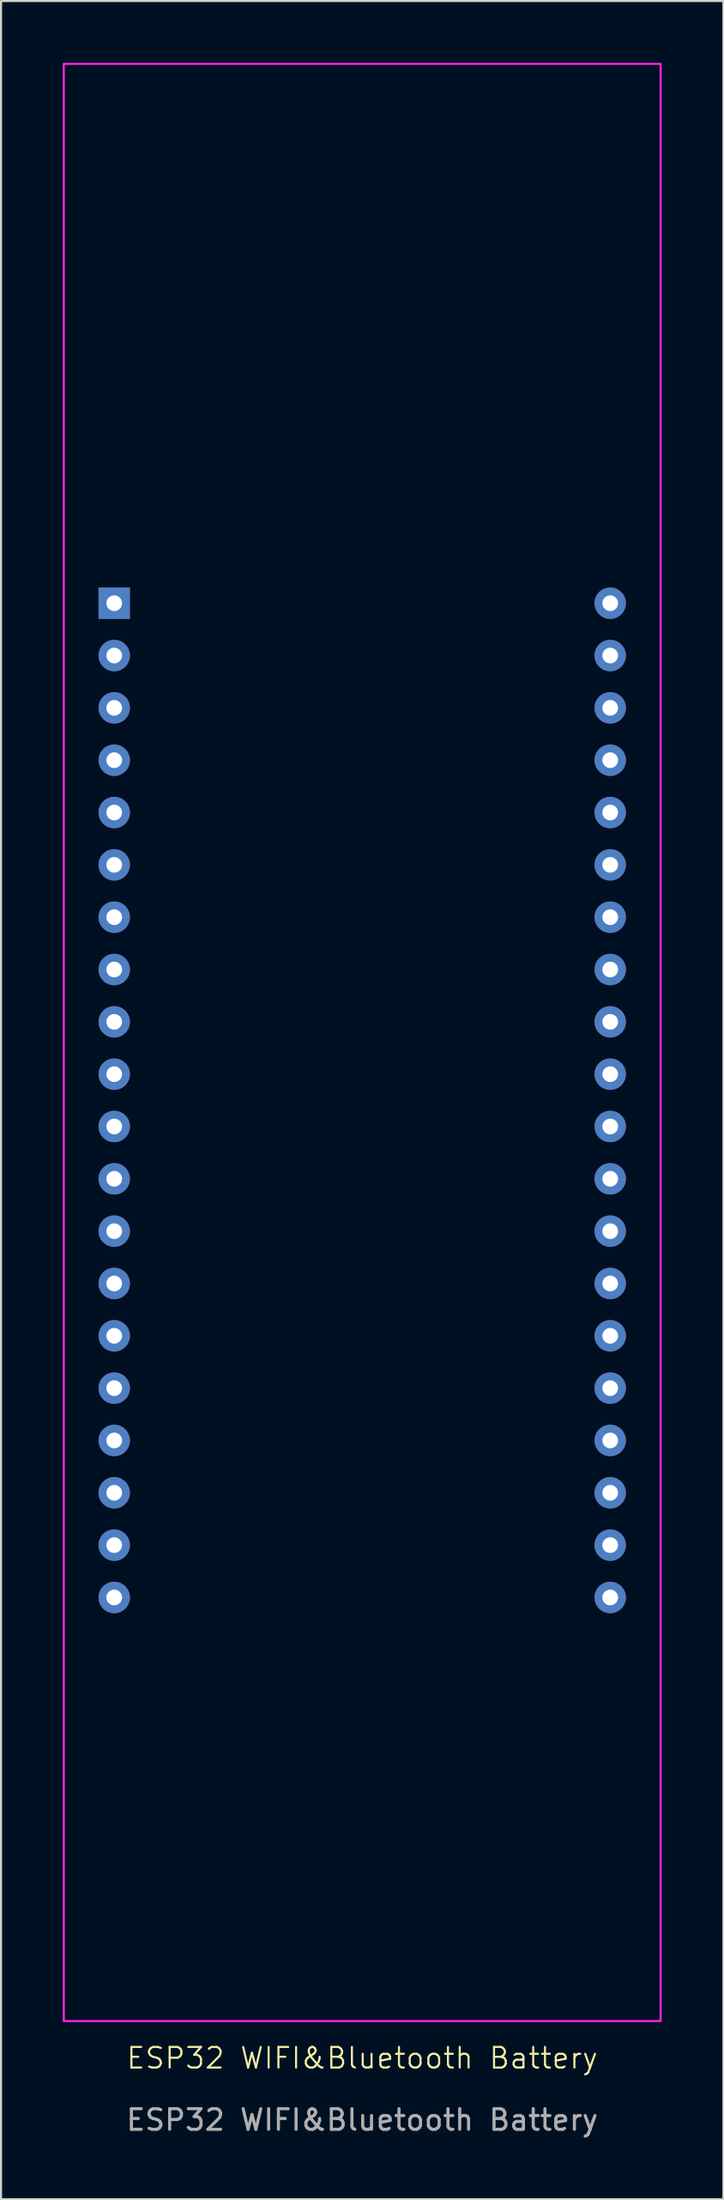
<source format=kicad_pcb>
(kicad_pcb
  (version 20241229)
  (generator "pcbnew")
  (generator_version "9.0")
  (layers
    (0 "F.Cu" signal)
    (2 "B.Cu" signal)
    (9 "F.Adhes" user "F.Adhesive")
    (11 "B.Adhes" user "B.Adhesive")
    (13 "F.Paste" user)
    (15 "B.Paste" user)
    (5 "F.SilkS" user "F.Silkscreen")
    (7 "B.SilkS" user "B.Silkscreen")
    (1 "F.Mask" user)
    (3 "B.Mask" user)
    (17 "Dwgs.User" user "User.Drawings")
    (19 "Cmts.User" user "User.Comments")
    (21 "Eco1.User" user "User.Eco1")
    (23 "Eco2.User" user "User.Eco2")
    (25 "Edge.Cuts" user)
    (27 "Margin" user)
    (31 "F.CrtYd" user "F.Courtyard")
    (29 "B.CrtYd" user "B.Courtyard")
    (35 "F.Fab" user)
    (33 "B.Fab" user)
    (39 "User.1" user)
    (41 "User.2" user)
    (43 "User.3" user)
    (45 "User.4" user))
  (footprint "ESP32 WIFI&Bluetooth Battery"
    (layer "F.Cu")
    (at 14.55 97.35)
    (property "Reference" "ESP32 WIFI&Bluetooth Battery" (at 0 -0.5 0) (unlocked yes) (layer "F.SilkS") (effects (font (size 1 1) (thickness 0.1))))
    (attr through_hole)
    (fp_rect (start -14.5 -97.3) (end 14.5 -2.3) (stroke (width 0.1) (type default)) (fill no) (layer "F.CrtYd"))
    (fp_text user "${REFERENCE}" (at 0 2.5 0) (unlocked yes) (layer "F.Fab") (effects (font (size 1 1) (thickness 0.15))))
    (pad "1" thru_hole rect (at -12.05 -71.12) (size 1.524 1.524) (drill 0.762) (layers "*.Cu" "*.Mask"))
    (pad "2" thru_hole circle (at -12.05 -68.58) (size 1.524 1.524) (drill 0.762) (layers "*.Cu" "*.Mask"))
    (pad "3" thru_hole circle (at -12.05 -66.04) (size 1.524 1.524) (drill 0.762) (layers "*.Cu" "*.Mask"))
    (pad "4" thru_hole circle (at -12.05 -63.5) (size 1.524 1.524) (drill 0.762) (layers "*.Cu" "*.Mask"))
    (pad "5" thru_hole circle (at -12.05 -60.96) (size 1.524 1.524) (drill 0.762) (layers "*.Cu" "*.Mask"))
    (pad "6" thru_hole circle (at -12.05 -58.42) (size 1.524 1.524) (drill 0.762) (layers "*.Cu" "*.Mask"))
    (pad "7" thru_hole circle (at -12.05 -55.88) (size 1.524 1.524) (drill 0.762) (layers "*.Cu" "*.Mask"))
    (pad "8" thru_hole circle (at -12.05 -53.34) (size 1.524 1.524) (drill 0.762) (layers "*.Cu" "*.Mask"))
    (pad "9" thru_hole circle (at -12.05 -50.8) (size 1.524 1.524) (drill 0.762) (layers "*.Cu" "*.Mask"))
    (pad "10" thru_hole circle (at -12.05 -48.26) (size 1.524 1.524) (drill 0.762) (layers "*.Cu" "*.Mask"))
    (pad "11" thru_hole circle (at -12.05 -45.72) (size 1.524 1.524) (drill 0.762) (layers "*.Cu" "*.Mask"))
    (pad "12" thru_hole circle (at -12.05 -43.18) (size 1.524 1.524) (drill 0.762) (layers "*.Cu" "*.Mask"))
    (pad "13" thru_hole circle (at -12.05 -40.64) (size 1.524 1.524) (drill 0.762) (layers "*.Cu" "*.Mask"))
    (pad "14" thru_hole circle (at -12.05 -38.1) (size 1.524 1.524) (drill 0.762) (layers "*.Cu" "*.Mask"))
    (pad "15" thru_hole circle (at -12.05 -35.56) (size 1.524 1.524) (drill 0.762) (layers "*.Cu" "*.Mask"))
    (pad "16" thru_hole circle (at -12.05 -33.02) (size 1.524 1.524) (drill 0.762) (layers "*.Cu" "*.Mask"))
    (pad "17" thru_hole circle (at -12.05 -30.48) (size 1.524 1.524) (drill 0.762) (layers "*.Cu" "*.Mask"))
    (pad "18" thru_hole circle (at -12.05 -27.94) (size 1.524 1.524) (drill 0.762) (layers "*.Cu" "*.Mask"))
    (pad "19" thru_hole circle (at -12.05 -25.4) (size 1.524 1.524) (drill 0.762) (layers "*.Cu" "*.Mask"))
    (pad "20" thru_hole circle (at -12.05 -22.86) (size 1.524 1.524) (drill 0.762) (layers "*.Cu" "*.Mask"))
    (pad "21" thru_hole circle (at 12.05 -22.86) (size 1.524 1.524) (drill 0.762) (layers "*.Cu" "*.Mask"))
    (pad "22" thru_hole circle (at 12.05 -25.4) (size 1.524 1.524) (drill 0.762) (layers "*.Cu" "*.Mask"))
    (pad "23" thru_hole circle (at 12.05 -27.94) (size 1.524 1.524) (drill 0.762) (layers "*.Cu" "*.Mask"))
    (pad "24" thru_hole circle (at 12.05 -30.48) (size 1.524 1.524) (drill 0.762) (layers "*.Cu" "*.Mask"))
    (pad "25" thru_hole circle (at 12.05 -33.02) (size 1.524 1.524) (drill 0.762) (layers "*.Cu" "*.Mask"))
    (pad "26" thru_hole circle (at 12.05 -35.56) (size 1.524 1.524) (drill 0.762) (layers "*.Cu" "*.Mask"))
    (pad "27" thru_hole circle (at 12.05 -38.1) (size 1.524 1.524) (drill 0.762) (layers "*.Cu" "*.Mask"))
    (pad "28" thru_hole circle (at 12.05 -40.64) (size 1.524 1.524) (drill 0.762) (layers "*.Cu" "*.Mask"))
    (pad "29" thru_hole circle (at 12.05 -43.18) (size 1.524 1.524) (drill 0.762) (layers "*.Cu" "*.Mask"))
    (pad "30" thru_hole circle (at 12.05 -45.72) (size 1.524 1.524) (drill 0.762) (layers "*.Cu" "*.Mask"))
    (pad "31" thru_hole circle (at 12.05 -48.26) (size 1.524 1.524) (drill 0.762) (layers "*.Cu" "*.Mask"))
    (pad "32" thru_hole circle (at 12.05 -50.8) (size 1.524 1.524) (drill 0.762) (layers "*.Cu" "*.Mask"))
    (pad "33" thru_hole circle (at 12.05 -53.34) (size 1.524 1.524) (drill 0.762) (layers "*.Cu" "*.Mask"))
    (pad "34" thru_hole circle (at 12.05 -55.88) (size 1.524 1.524) (drill 0.762) (layers "*.Cu" "*.Mask"))
    (pad "35" thru_hole circle (at 12.05 -58.42) (size 1.524 1.524) (drill 0.762) (layers "*.Cu" "*.Mask"))
    (pad "36" thru_hole circle (at 12.05 -60.96) (size 1.524 1.524) (drill 0.762) (layers "*.Cu" "*.Mask"))
    (pad "37" thru_hole circle (at 12.05 -63.5) (size 1.524 1.524) (drill 0.762) (layers "*.Cu" "*.Mask"))
    (pad "38" thru_hole circle (at 12.05 -66.04) (size 1.524 1.524) (drill 0.762) (layers "*.Cu" "*.Mask"))
    (pad "39" thru_hole circle (at 12.05 -68.58) (size 1.524 1.524) (drill 0.762) (layers "*.Cu" "*.Mask"))
    (pad "40" thru_hole circle (at 12.05 -71.12) (size 1.524 1.524) (drill 0.762) (layers "*.Cu" "*.Mask"))
    (zone (net_name "") (layer "F.Mask") (name "keep out") (hatch edge 0.5) (connect_pads) (min_thickness 0.25) (filled_areas_thickness no) (keepout (tracks not_allowed) (vias not_allowed) (pads not_allowed) (copperpour allowed) (footprints allowed)) (placement (enabled no)) (fill) (polygon (pts (xy 3.32 26.14) (xy 25.96 26.14) (xy 26 26.1) (xy 26 18.08) (xy 3.29 18.08) (xy 3.32 21.63)))))
  (gr_rect
    (start -3 -3)
    (end 32.1 103.698)
    (stroke (width 0.1) (type default))
    (fill no)
    (layer "Edge.Cuts")))
</source>
